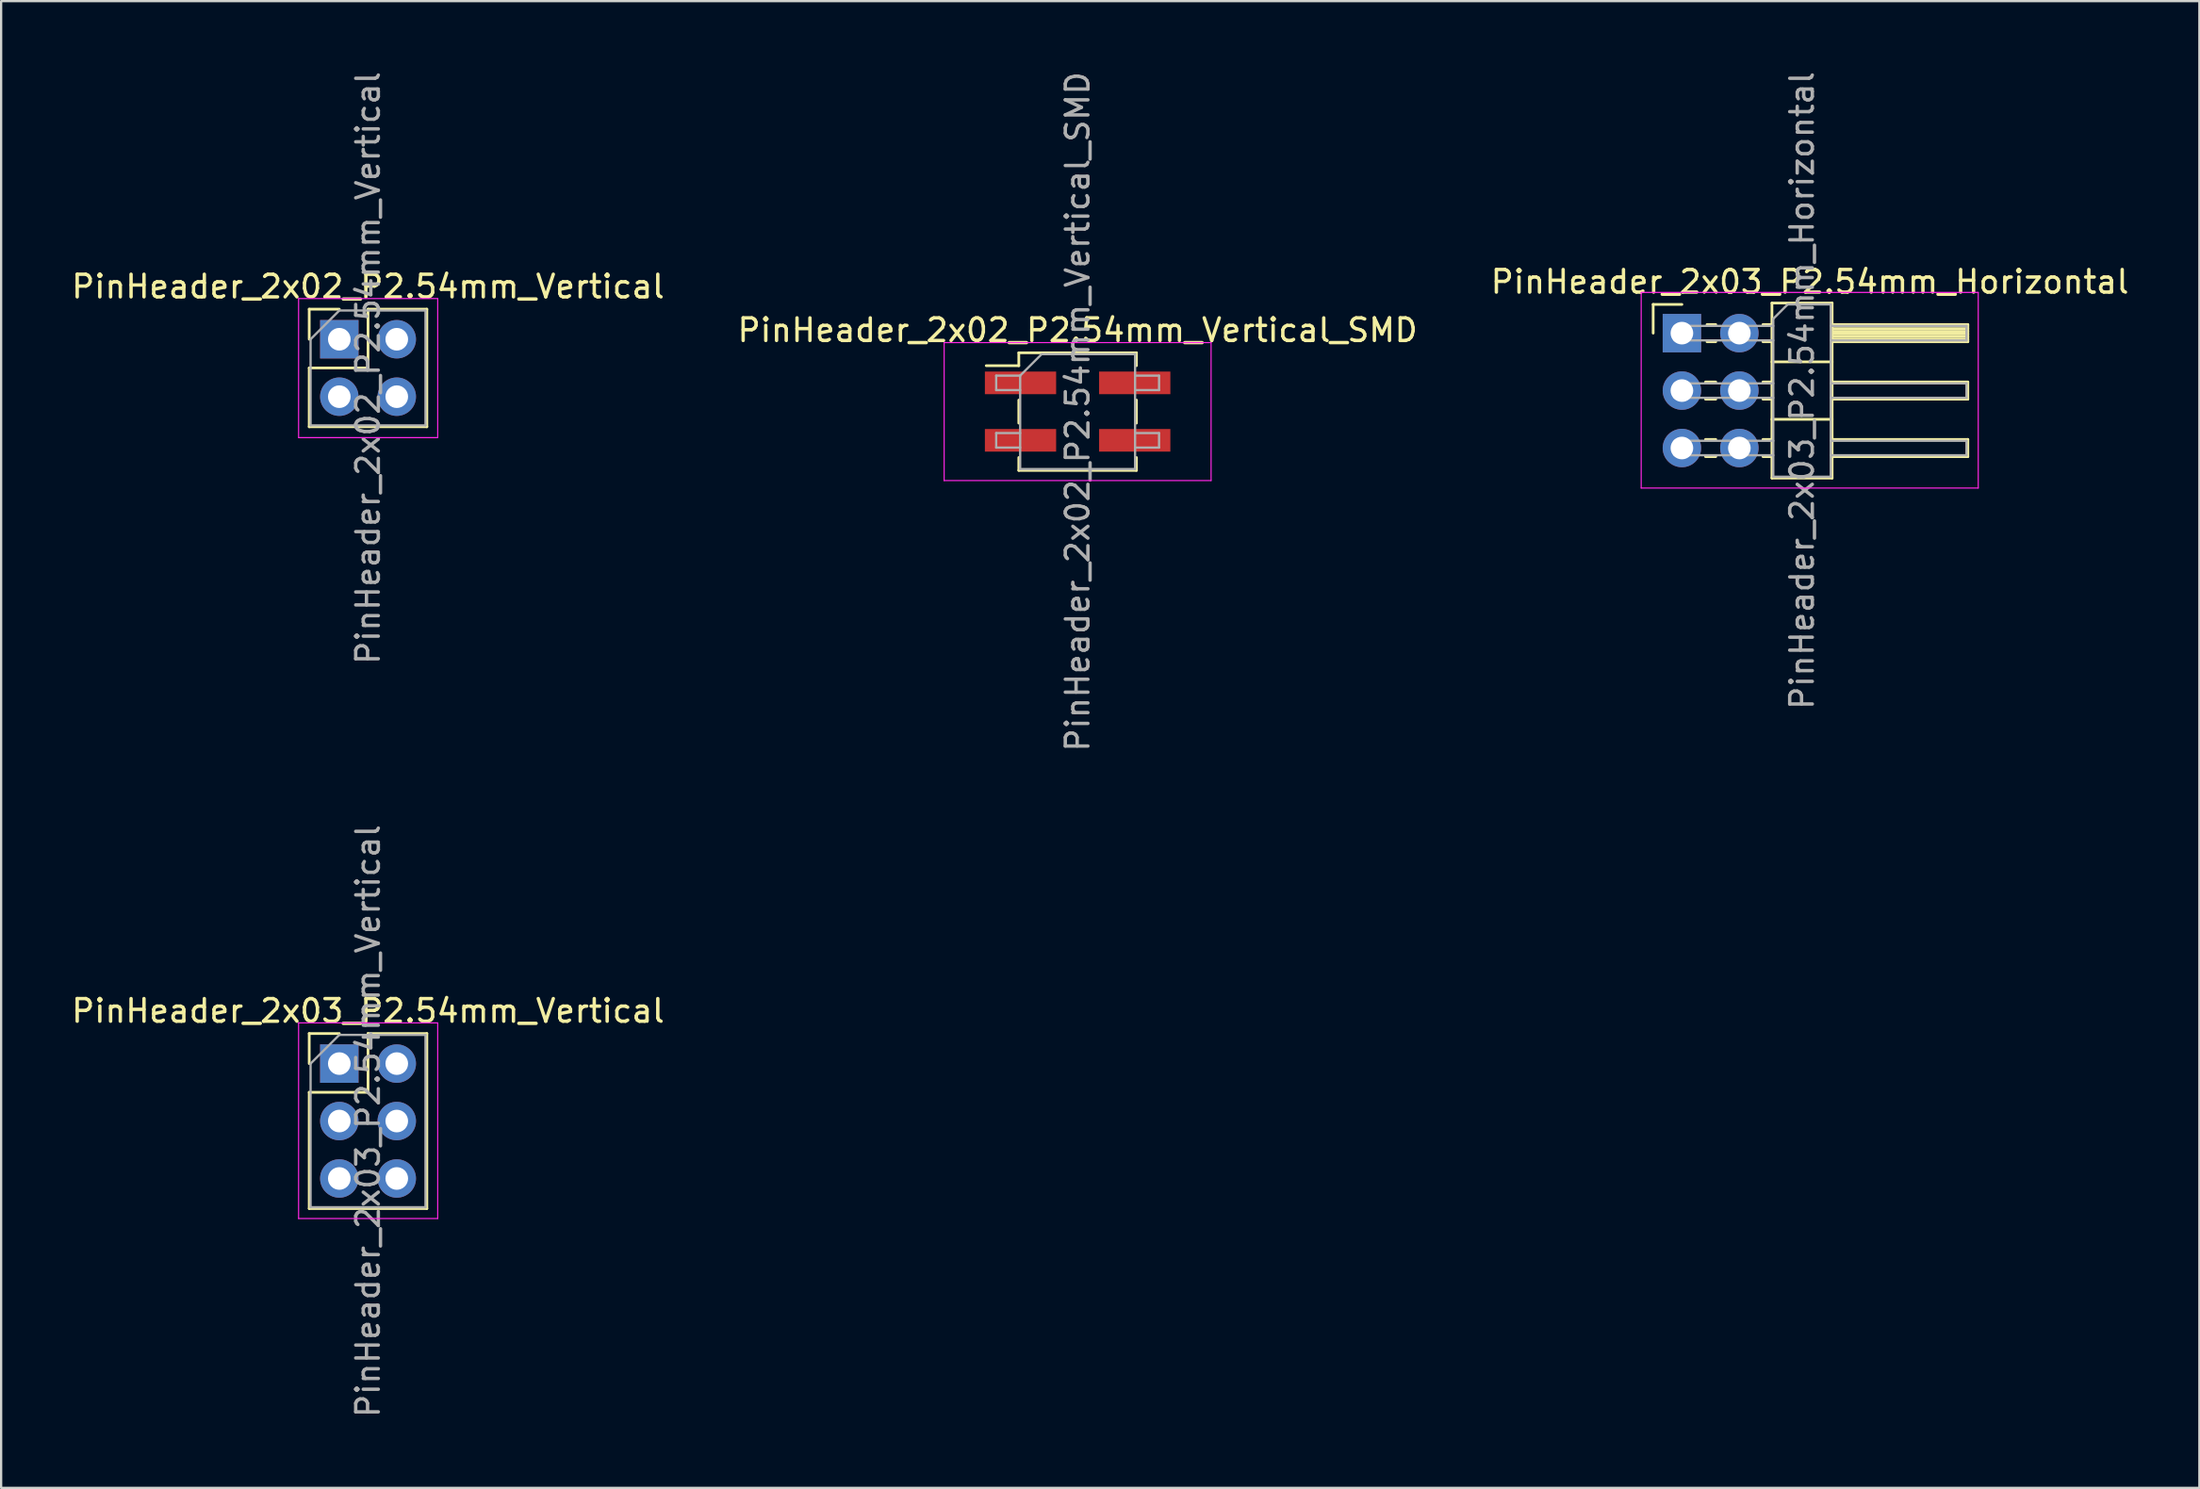
<source format=kicad_pcb>
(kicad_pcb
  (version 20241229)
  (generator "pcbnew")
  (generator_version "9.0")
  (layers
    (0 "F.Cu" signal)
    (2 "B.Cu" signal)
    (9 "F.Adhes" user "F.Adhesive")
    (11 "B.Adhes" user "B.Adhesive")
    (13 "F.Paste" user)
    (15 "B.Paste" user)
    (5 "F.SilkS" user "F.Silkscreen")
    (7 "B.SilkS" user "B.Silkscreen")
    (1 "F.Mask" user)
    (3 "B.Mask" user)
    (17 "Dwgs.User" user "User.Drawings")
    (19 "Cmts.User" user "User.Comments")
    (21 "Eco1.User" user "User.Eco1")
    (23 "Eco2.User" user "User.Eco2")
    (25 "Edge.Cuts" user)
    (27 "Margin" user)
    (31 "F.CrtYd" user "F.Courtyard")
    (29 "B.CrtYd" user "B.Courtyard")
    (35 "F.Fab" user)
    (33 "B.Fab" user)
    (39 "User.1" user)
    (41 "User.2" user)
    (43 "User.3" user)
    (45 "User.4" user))
  (footprint "PinHeader_2x03_P2.54mm_Vertical"
    (layer "F.Cu")
    (at 11.95 43.978)
    (property "Reference" "PinHeader_2x03_P2.54mm_Vertical" (at 1.27 -2.33 0) (layer "F.SilkS") (effects (font (size 1 1) (thickness 0.15))))
    (attr through_hole)
    (fp_line (start -1.33 -1.33) (end 0 -1.33) (stroke (width 0.12) (type solid)) (layer "F.SilkS"))
    (fp_line (start -1.33 0) (end -1.33 -1.33) (stroke (width 0.12) (type solid)) (layer "F.SilkS"))
    (fp_line (start -1.33 1.27) (end -1.33 6.41) (stroke (width 0.12) (type solid)) (layer "F.SilkS"))
    (fp_line (start -1.33 1.27) (end 1.27 1.27) (stroke (width 0.12) (type solid)) (layer "F.SilkS"))
    (fp_line (start -1.33 6.41) (end 3.87 6.41) (stroke (width 0.12) (type solid)) (layer "F.SilkS"))
    (fp_line (start 1.27 -1.33) (end 3.87 -1.33) (stroke (width 0.12) (type solid)) (layer "F.SilkS"))
    (fp_line (start 1.27 1.27) (end 1.27 -1.33) (stroke (width 0.12) (type solid)) (layer "F.SilkS"))
    (fp_line (start 3.87 -1.33) (end 3.87 6.41) (stroke (width 0.12) (type solid)) (layer "F.SilkS"))
    (fp_line (start -1.8 -1.8) (end -1.8 6.85) (stroke (width 0.05) (type solid)) (layer "F.CrtYd"))
    (fp_line (start -1.8 6.85) (end 4.35 6.85) (stroke (width 0.05) (type solid)) (layer "F.CrtYd"))
    (fp_line (start 4.35 -1.8) (end -1.8 -1.8) (stroke (width 0.05) (type solid)) (layer "F.CrtYd"))
    (fp_line (start 4.35 6.85) (end 4.35 -1.8) (stroke (width 0.05) (type solid)) (layer "F.CrtYd"))
    (fp_line (start -1.27 0) (end 0 -1.27) (stroke (width 0.1) (type solid)) (layer "F.Fab"))
    (fp_line (start -1.27 6.35) (end -1.27 0) (stroke (width 0.1) (type solid)) (layer "F.Fab"))
    (fp_line (start 0 -1.27) (end 3.81 -1.27) (stroke (width 0.1) (type solid)) (layer "F.Fab"))
    (fp_line (start 3.81 -1.27) (end 3.81 6.35) (stroke (width 0.1) (type solid)) (layer "F.Fab"))
    (fp_line (start 3.81 6.35) (end -1.27 6.35) (stroke (width 0.1) (type solid)) (layer "F.Fab"))
    (fp_text user "${REFERENCE}" (at 1.27 2.54 90) (layer "F.Fab") (effects (font (size 1 1) (thickness 0.15))))
    (pad "1" thru_hole rect (at 0 0) (size 1.7 1.7) (drill 1) (layers "*.Cu" "*.Mask"))
    (pad "2" thru_hole oval (at 2.54 0) (size 1.7 1.7) (drill 1) (layers "*.Cu" "*.Mask"))
    (pad "3" thru_hole oval (at 0 2.54) (size 1.7 1.7) (drill 1) (layers "*.Cu" "*.Mask"))
    (pad "4" thru_hole oval (at 2.54 2.54) (size 1.7 1.7) (drill 1) (layers "*.Cu" "*.Mask"))
    (pad "5" thru_hole oval (at 0 5.08) (size 1.7 1.7) (drill 1) (layers "*.Cu" "*.Mask"))
    (pad "6" thru_hole oval (at 2.54 5.08) (size 1.7 1.7) (drill 1) (layers "*.Cu" "*.Mask")))
  (footprint "PinHeader_2x03_P2.54mm_Horizontal"
    (layer "F.Cu")
    (at 71.303 11.68)
    (property "Reference" "PinHeader_2x03_P2.54mm_Horizontal" (at 5.655 -2.27 0) (layer "F.SilkS") (effects (font (size 1 1) (thickness 0.15))))
    (attr through_hole)
    (fp_line (start -1.27 -1.27) (end 0 -1.27) (stroke (width 0.12) (type solid)) (layer "F.SilkS"))
    (fp_line (start -1.27 0) (end -1.27 -1.27) (stroke (width 0.12) (type solid)) (layer "F.SilkS"))
    (fp_line (start 1.043 2.16) (end 1.497 2.16) (stroke (width 0.12) (type solid)) (layer "F.SilkS"))
    (fp_line (start 1.043 2.92) (end 1.497 2.92) (stroke (width 0.12) (type solid)) (layer "F.SilkS"))
    (fp_line (start 1.043 4.7) (end 1.497 4.7) (stroke (width 0.12) (type solid)) (layer "F.SilkS"))
    (fp_line (start 1.043 5.46) (end 1.497 5.46) (stroke (width 0.12) (type solid)) (layer "F.SilkS"))
    (fp_line (start 1.11 -0.38) (end 1.497 -0.38) (stroke (width 0.12) (type solid)) (layer "F.SilkS"))
    (fp_line (start 1.11 0.38) (end 1.497 0.38) (stroke (width 0.12) (type solid)) (layer "F.SilkS"))
    (fp_line (start 3.583 -0.38) (end 3.98 -0.38) (stroke (width 0.12) (type solid)) (layer "F.SilkS"))
    (fp_line (start 3.583 0.38) (end 3.98 0.38) (stroke (width 0.12) (type solid)) (layer "F.SilkS"))
    (fp_line (start 3.583 2.16) (end 3.98 2.16) (stroke (width 0.12) (type solid)) (layer "F.SilkS"))
    (fp_line (start 3.583 2.92) (end 3.98 2.92) (stroke (width 0.12) (type solid)) (layer "F.SilkS"))
    (fp_line (start 3.583 4.7) (end 3.98 4.7) (stroke (width 0.12) (type solid)) (layer "F.SilkS"))
    (fp_line (start 3.583 5.46) (end 3.98 5.46) (stroke (width 0.12) (type solid)) (layer "F.SilkS"))
    (fp_line (start 3.98 -1.33) (end 3.98 6.41) (stroke (width 0.12) (type solid)) (layer "F.SilkS"))
    (fp_line (start 3.98 1.27) (end 6.64 1.27) (stroke (width 0.12) (type solid)) (layer "F.SilkS"))
    (fp_line (start 3.98 3.81) (end 6.64 3.81) (stroke (width 0.12) (type solid)) (layer "F.SilkS"))
    (fp_line (start 3.98 6.41) (end 6.64 6.41) (stroke (width 0.12) (type solid)) (layer "F.SilkS"))
    (fp_line (start 6.64 -1.33) (end 3.98 -1.33) (stroke (width 0.12) (type solid)) (layer "F.SilkS"))
    (fp_line (start 6.64 -0.38) (end 12.64 -0.38) (stroke (width 0.12) (type solid)) (layer "F.SilkS"))
    (fp_line (start 6.64 -0.32) (end 12.64 -0.32) (stroke (width 0.12) (type solid)) (layer "F.SilkS"))
    (fp_line (start 6.64 -0.2) (end 12.64 -0.2) (stroke (width 0.12) (type solid)) (layer "F.SilkS"))
    (fp_line (start 6.64 -0.08) (end 12.64 -0.08) (stroke (width 0.12) (type solid)) (layer "F.SilkS"))
    (fp_line (start 6.64 0.04) (end 12.64 0.04) (stroke (width 0.12) (type solid)) (layer "F.SilkS"))
    (fp_line (start 6.64 0.16) (end 12.64 0.16) (stroke (width 0.12) (type solid)) (layer "F.SilkS"))
    (fp_line (start 6.64 0.28) (end 12.64 0.28) (stroke (width 0.12) (type solid)) (layer "F.SilkS"))
    (fp_line (start 6.64 2.16) (end 12.64 2.16) (stroke (width 0.12) (type solid)) (layer "F.SilkS"))
    (fp_line (start 6.64 4.7) (end 12.64 4.7) (stroke (width 0.12) (type solid)) (layer "F.SilkS"))
    (fp_line (start 6.64 6.41) (end 6.64 -1.33) (stroke (width 0.12) (type solid)) (layer "F.SilkS"))
    (fp_line (start 12.64 -0.38) (end 12.64 0.38) (stroke (width 0.12) (type solid)) (layer "F.SilkS"))
    (fp_line (start 12.64 0.38) (end 6.64 0.38) (stroke (width 0.12) (type solid)) (layer "F.SilkS"))
    (fp_line (start 12.64 2.16) (end 12.64 2.92) (stroke (width 0.12) (type solid)) (layer "F.SilkS"))
    (fp_line (start 12.64 2.92) (end 6.64 2.92) (stroke (width 0.12) (type solid)) (layer "F.SilkS"))
    (fp_line (start 12.64 4.7) (end 12.64 5.46) (stroke (width 0.12) (type solid)) (layer "F.SilkS"))
    (fp_line (start 12.64 5.46) (end 6.64 5.46) (stroke (width 0.12) (type solid)) (layer "F.SilkS"))
    (fp_line (start -1.8 -1.8) (end -1.8 6.85) (stroke (width 0.05) (type solid)) (layer "F.CrtYd"))
    (fp_line (start -1.8 6.85) (end 13.1 6.85) (stroke (width 0.05) (type solid)) (layer "F.CrtYd"))
    (fp_line (start 13.1 -1.8) (end -1.8 -1.8) (stroke (width 0.05) (type solid)) (layer "F.CrtYd"))
    (fp_line (start 13.1 6.85) (end 13.1 -1.8) (stroke (width 0.05) (type solid)) (layer "F.CrtYd"))
    (fp_line (start -0.32 -0.32) (end -0.32 0.32) (stroke (width 0.1) (type solid)) (layer "F.Fab"))
    (fp_line (start -0.32 -0.32) (end 4.04 -0.32) (stroke (width 0.1) (type solid)) (layer "F.Fab"))
    (fp_line (start -0.32 0.32) (end 4.04 0.32) (stroke (width 0.1) (type solid)) (layer "F.Fab"))
    (fp_line (start -0.32 2.22) (end -0.32 2.86) (stroke (width 0.1) (type solid)) (layer "F.Fab"))
    (fp_line (start -0.32 2.22) (end 4.04 2.22) (stroke (width 0.1) (type solid)) (layer "F.Fab"))
    (fp_line (start -0.32 2.86) (end 4.04 2.86) (stroke (width 0.1) (type solid)) (layer "F.Fab"))
    (fp_line (start -0.32 4.76) (end -0.32 5.4) (stroke (width 0.1) (type solid)) (layer "F.Fab"))
    (fp_line (start -0.32 4.76) (end 4.04 4.76) (stroke (width 0.1) (type solid)) (layer "F.Fab"))
    (fp_line (start -0.32 5.4) (end 4.04 5.4) (stroke (width 0.1) (type solid)) (layer "F.Fab"))
    (fp_line (start 4.04 -0.635) (end 4.675 -1.27) (stroke (width 0.1) (type solid)) (layer "F.Fab"))
    (fp_line (start 4.04 6.35) (end 4.04 -0.635) (stroke (width 0.1) (type solid)) (layer "F.Fab"))
    (fp_line (start 4.675 -1.27) (end 6.58 -1.27) (stroke (width 0.1) (type solid)) (layer "F.Fab"))
    (fp_line (start 6.58 -1.27) (end 6.58 6.35) (stroke (width 0.1) (type solid)) (layer "F.Fab"))
    (fp_line (start 6.58 -0.32) (end 12.58 -0.32) (stroke (width 0.1) (type solid)) (layer "F.Fab"))
    (fp_line (start 6.58 0.32) (end 12.58 0.32) (stroke (width 0.1) (type solid)) (layer "F.Fab"))
    (fp_line (start 6.58 2.22) (end 12.58 2.22) (stroke (width 0.1) (type solid)) (layer "F.Fab"))
    (fp_line (start 6.58 2.86) (end 12.58 2.86) (stroke (width 0.1) (type solid)) (layer "F.Fab"))
    (fp_line (start 6.58 4.76) (end 12.58 4.76) (stroke (width 0.1) (type solid)) (layer "F.Fab"))
    (fp_line (start 6.58 5.4) (end 12.58 5.4) (stroke (width 0.1) (type solid)) (layer "F.Fab"))
    (fp_line (start 6.58 6.35) (end 4.04 6.35) (stroke (width 0.1) (type solid)) (layer "F.Fab"))
    (fp_line (start 12.58 -0.32) (end 12.58 0.32) (stroke (width 0.1) (type solid)) (layer "F.Fab"))
    (fp_line (start 12.58 2.22) (end 12.58 2.86) (stroke (width 0.1) (type solid)) (layer "F.Fab"))
    (fp_line (start 12.58 4.76) (end 12.58 5.4) (stroke (width 0.1) (type solid)) (layer "F.Fab"))
    (fp_text user "${REFERENCE}" (at 5.31 2.54 90) (layer "F.Fab") (effects (font (size 1 1) (thickness 0.15))))
    (pad "1" thru_hole rect (at 0 0) (size 1.7 1.7) (drill 1) (layers "*.Cu" "*.Mask"))
    (pad "2" thru_hole oval (at 2.54 0) (size 1.7 1.7) (drill 1) (layers "*.Cu" "*.Mask"))
    (pad "3" thru_hole oval (at 0 2.54) (size 1.7 1.7) (drill 1) (layers "*.Cu" "*.Mask"))
    (pad "4" thru_hole oval (at 2.54 2.54) (size 1.7 1.7) (drill 1) (layers "*.Cu" "*.Mask"))
    (pad "5" thru_hole oval (at 0 5.08) (size 1.7 1.7) (drill 1) (layers "*.Cu" "*.Mask"))
    (pad "6" thru_hole oval (at 2.54 5.08) (size 1.7 1.7) (drill 1) (layers "*.Cu" "*.Mask")))
  (footprint "PinHeader_2x02_P2.54mm_Vertical"
    (layer "F.Cu")
    (at 11.95 11.95)
    (property "Reference" "PinHeader_2x02_P2.54mm_Vertical" (at 1.27 -2.33 0) (layer "F.SilkS") (effects (font (size 1 1) (thickness 0.15))))
    (attr through_hole)
    (fp_line (start -1.33 -1.33) (end 0 -1.33) (stroke (width 0.12) (type solid)) (layer "F.SilkS"))
    (fp_line (start -1.33 0) (end -1.33 -1.33) (stroke (width 0.12) (type solid)) (layer "F.SilkS"))
    (fp_line (start -1.33 1.27) (end -1.33 3.87) (stroke (width 0.12) (type solid)) (layer "F.SilkS"))
    (fp_line (start -1.33 1.27) (end 1.27 1.27) (stroke (width 0.12) (type solid)) (layer "F.SilkS"))
    (fp_line (start -1.33 3.87) (end 3.87 3.87) (stroke (width 0.12) (type solid)) (layer "F.SilkS"))
    (fp_line (start 1.27 -1.33) (end 3.87 -1.33) (stroke (width 0.12) (type solid)) (layer "F.SilkS"))
    (fp_line (start 1.27 1.27) (end 1.27 -1.33) (stroke (width 0.12) (type solid)) (layer "F.SilkS"))
    (fp_line (start 3.87 -1.33) (end 3.87 3.87) (stroke (width 0.12) (type solid)) (layer "F.SilkS"))
    (fp_line (start -1.8 -1.8) (end -1.8 4.35) (stroke (width 0.05) (type solid)) (layer "F.CrtYd"))
    (fp_line (start -1.8 4.35) (end 4.35 4.35) (stroke (width 0.05) (type solid)) (layer "F.CrtYd"))
    (fp_line (start 4.35 -1.8) (end -1.8 -1.8) (stroke (width 0.05) (type solid)) (layer "F.CrtYd"))
    (fp_line (start 4.35 4.35) (end 4.35 -1.8) (stroke (width 0.05) (type solid)) (layer "F.CrtYd"))
    (fp_line (start -1.27 0) (end 0 -1.27) (stroke (width 0.1) (type solid)) (layer "F.Fab"))
    (fp_line (start -1.27 3.81) (end -1.27 0) (stroke (width 0.1) (type solid)) (layer "F.Fab"))
    (fp_line (start 0 -1.27) (end 3.81 -1.27) (stroke (width 0.1) (type solid)) (layer "F.Fab"))
    (fp_line (start 3.81 -1.27) (end 3.81 3.81) (stroke (width 0.1) (type solid)) (layer "F.Fab"))
    (fp_line (start 3.81 3.81) (end -1.27 3.81) (stroke (width 0.1) (type solid)) (layer "F.Fab"))
    (fp_text user "${REFERENCE}" (at 1.27 1.27 90) (layer "F.Fab") (effects (font (size 1 1) (thickness 0.15))))
    (pad "1" thru_hole rect (at 0 0) (size 1.7 1.7) (drill 1) (layers "*.Cu" "*.Mask"))
    (pad "2" thru_hole oval (at 2.54 0) (size 1.7 1.7) (drill 1) (layers "*.Cu" "*.Mask"))
    (pad "3" thru_hole oval (at 0 2.54) (size 1.7 1.7) (drill 1) (layers "*.Cu" "*.Mask"))
    (pad "4" thru_hole oval (at 2.54 2.54) (size 1.7 1.7) (drill 1) (layers "*.Cu" "*.Mask")))
  (footprint "PinHeader_2x02_P2.54mm_Vertical_SMD"
    (layer "F.Cu")
    (at 44.589 15.149)
    (property "Reference" "PinHeader_2x02_P2.54mm_Vertical_SMD" (at 0 -3.6 0) (layer "F.SilkS") (effects (font (size 1 1) (thickness 0.15))))
    (attr smd)
    (fp_line (start -4.04 -2.03) (end -2.6 -2.03) (stroke (width 0.12) (type solid)) (layer "F.SilkS"))
    (fp_line (start -2.6 -2.6) (end -2.6 -2.03) (stroke (width 0.12) (type solid)) (layer "F.SilkS"))
    (fp_line (start -2.6 -2.6) (end 2.6 -2.6) (stroke (width 0.12) (type solid)) (layer "F.SilkS"))
    (fp_line (start -2.6 -0.51) (end -2.6 0.51) (stroke (width 0.12) (type solid)) (layer "F.SilkS"))
    (fp_line (start -2.6 2.03) (end -2.6 2.6) (stroke (width 0.12) (type solid)) (layer "F.SilkS"))
    (fp_line (start -2.6 2.6) (end 2.6 2.6) (stroke (width 0.12) (type solid)) (layer "F.SilkS"))
    (fp_line (start 2.6 -2.6) (end 2.6 -2.03) (stroke (width 0.12) (type solid)) (layer "F.SilkS"))
    (fp_line (start 2.6 -0.51) (end 2.6 0.51) (stroke (width 0.12) (type solid)) (layer "F.SilkS"))
    (fp_line (start 2.6 2.03) (end 2.6 2.6) (stroke (width 0.12) (type solid)) (layer "F.SilkS"))
    (fp_line (start -5.9 -3.05) (end -5.9 3.05) (stroke (width 0.05) (type solid)) (layer "F.CrtYd"))
    (fp_line (start -5.9 3.05) (end 5.9 3.05) (stroke (width 0.05) (type solid)) (layer "F.CrtYd"))
    (fp_line (start 5.9 -3.05) (end -5.9 -3.05) (stroke (width 0.05) (type solid)) (layer "F.CrtYd"))
    (fp_line (start 5.9 3.05) (end 5.9 -3.05) (stroke (width 0.05) (type solid)) (layer "F.CrtYd"))
    (fp_line (start -3.6 -1.59) (end -3.6 -0.95) (stroke (width 0.1) (type solid)) (layer "F.Fab"))
    (fp_line (start -3.6 -0.95) (end -2.54 -0.95) (stroke (width 0.1) (type solid)) (layer "F.Fab"))
    (fp_line (start -3.6 0.95) (end -3.6 1.59) (stroke (width 0.1) (type solid)) (layer "F.Fab"))
    (fp_line (start -3.6 1.59) (end -2.54 1.59) (stroke (width 0.1) (type solid)) (layer "F.Fab"))
    (fp_line (start -2.54 -1.59) (end -3.6 -1.59) (stroke (width 0.1) (type solid)) (layer "F.Fab"))
    (fp_line (start -2.54 -1.59) (end -1.59 -2.54) (stroke (width 0.1) (type solid)) (layer "F.Fab"))
    (fp_line (start -2.54 0.95) (end -3.6 0.95) (stroke (width 0.1) (type solid)) (layer "F.Fab"))
    (fp_line (start -2.54 2.54) (end -2.54 -1.59) (stroke (width 0.1) (type solid)) (layer "F.Fab"))
    (fp_line (start -1.59 -2.54) (end 2.54 -2.54) (stroke (width 0.1) (type solid)) (layer "F.Fab"))
    (fp_line (start 2.54 -2.54) (end 2.54 2.54) (stroke (width 0.1) (type solid)) (layer "F.Fab"))
    (fp_line (start 2.54 -1.59) (end 3.6 -1.59) (stroke (width 0.1) (type solid)) (layer "F.Fab"))
    (fp_line (start 2.54 0.95) (end 3.6 0.95) (stroke (width 0.1) (type solid)) (layer "F.Fab"))
    (fp_line (start 2.54 2.54) (end -2.54 2.54) (stroke (width 0.1) (type solid)) (layer "F.Fab"))
    (fp_line (start 3.6 -1.59) (end 3.6 -0.95) (stroke (width 0.1) (type solid)) (layer "F.Fab"))
    (fp_line (start 3.6 -0.95) (end 2.54 -0.95) (stroke (width 0.1) (type solid)) (layer "F.Fab"))
    (fp_line (start 3.6 0.95) (end 3.6 1.59) (stroke (width 0.1) (type solid)) (layer "F.Fab"))
    (fp_line (start 3.6 1.59) (end 2.54 1.59) (stroke (width 0.1) (type solid)) (layer "F.Fab"))
    (fp_text user "${REFERENCE}" (at 0 0 90) (layer "F.Fab") (effects (font (size 1 1) (thickness 0.15))))
    (pad "1" smd rect (at -2.525 -1.27) (size 3.15 1) (layers "F.Cu" "F.Mask" "F.Paste"))
    (pad "2" smd rect (at 2.525 -1.27) (size 3.15 1) (layers "F.Cu" "F.Mask" "F.Paste"))
    (pad "3" smd rect (at -2.525 1.27) (size 3.15 1) (layers "F.Cu" "F.Mask" "F.Paste"))
    (pad "4" smd rect (at 2.525 1.27) (size 3.15 1) (layers "F.Cu" "F.Mask" "F.Paste")))
  (gr_rect
    (start -3 -3)
    (end 94.179 62.738)
    (stroke (width 0.1) (type default))
    (fill no)
    (layer "Edge.Cuts")))
</source>
